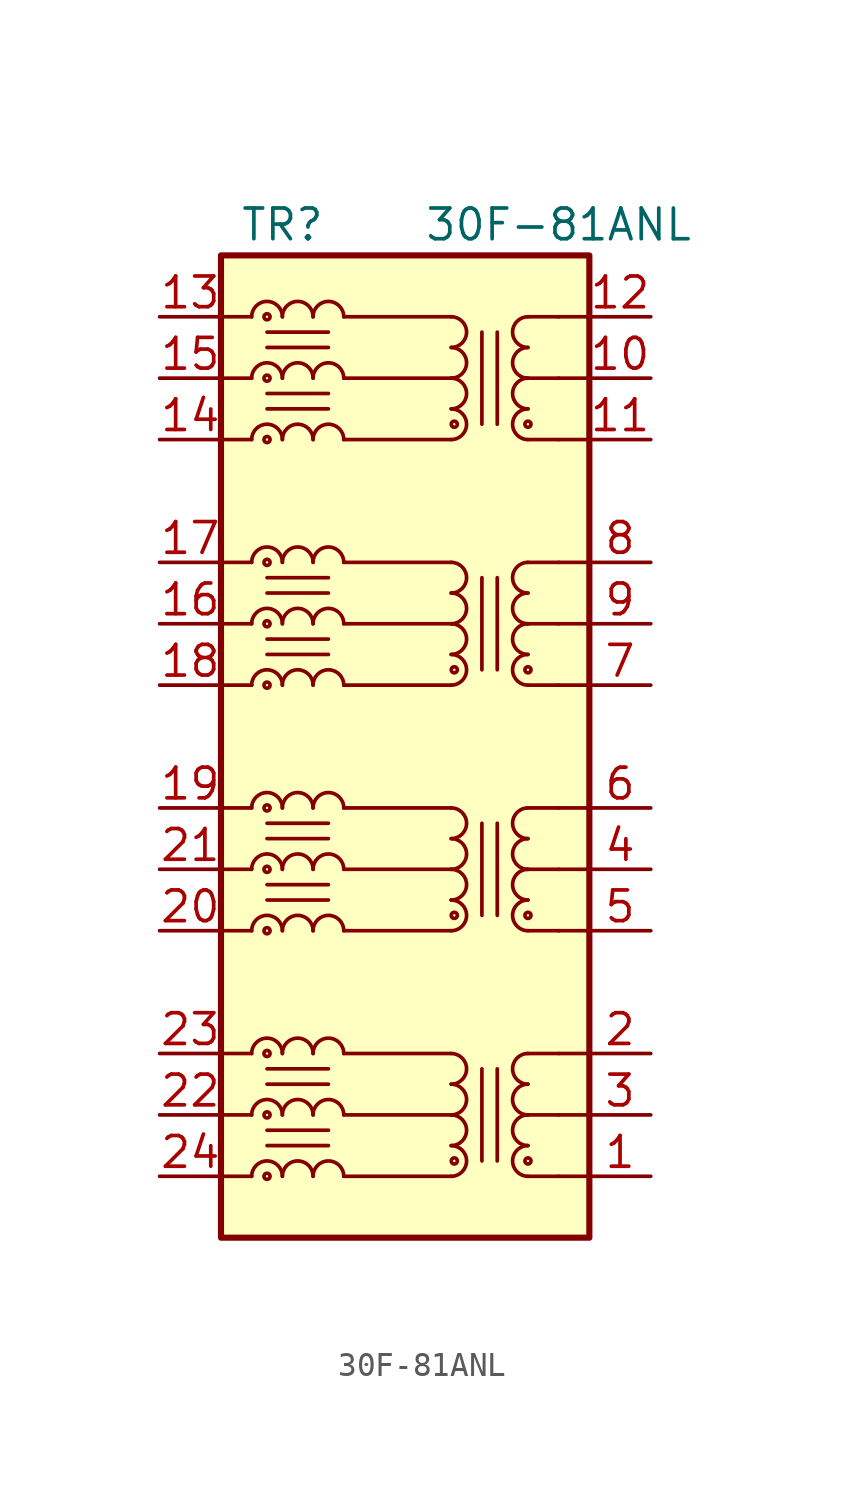
<source format=kicad_sym>
(kicad_symbol_lib
  (version 20211014)
  (generator kicad_symbol_editor)
  (symbol "30F-81ANL"
    (pin_names hide)
    (property "Reference" "TR"
      (at -5.08 21.59 0)
      (effects (font (size 1.27 1.27))))
    (property "Value" "30F-81ANL"
      (at 6.35 21.59 0)
      (effects (font (size 1.27 1.27))))
    (symbol "30F-81ANL_0_1"
      (polyline (pts (xy -2.54 -17.78) (xy 1.905 -17.78)) (stroke (width 0) (type default) (color 0 0 0 0)) (fill (type none)))
      (polyline (pts (xy -2.54 -15.24) (xy 1.905 -15.24)) (stroke (width 0) (type default) (color 0 0 0 0)) (fill (type none)))
      (polyline (pts (xy -2.54 -12.7) (xy 1.905 -12.7)) (stroke (width 0) (type default) (color 0 0 0 0)) (fill (type none)))
      (polyline (pts (xy -2.54 -7.62) (xy 1.905 -7.62)) (stroke (width 0) (type default) (color 0 0 0 0)) (fill (type none)))
      (polyline (pts (xy -2.54 -5.08) (xy 1.905 -5.08)) (stroke (width 0) (type default) (color 0 0 0 0)) (fill (type none)))
      (polyline (pts (xy -2.54 -2.54) (xy 1.905 -2.54)) (stroke (width 0) (type default) (color 0 0 0 0)) (fill (type none)))
      (polyline (pts (xy -2.54 2.54) (xy 1.905 2.54)) (stroke (width 0) (type default) (color 0 0 0 0)) (fill (type none)))
      (polyline (pts (xy -2.54 5.08) (xy 1.905 5.08)) (stroke (width 0) (type default) (color 0 0 0 0)) (fill (type none)))
      (polyline (pts (xy -2.54 7.62) (xy 1.905 7.62)) (stroke (width 0) (type default) (color 0 0 0 0)) (fill (type none)))
      (polyline (pts (xy -2.54 12.7) (xy 1.905 12.7)) (stroke (width 0) (type default) (color 0 0 0 0)) (fill (type none)))
      (polyline (pts (xy -2.54 15.24) (xy 1.905 15.24)) (stroke (width 0) (type default) (color 0 0 0 0)) (fill (type none)))
      (polyline (pts (xy -2.54 17.78) (xy 1.905 17.78)) (stroke (width 0) (type default) (color 0 0 0 0)) (fill (type none)))
      (polyline (pts (xy 7.62 -17.78) (xy 6.35 -17.78)) (stroke (width 0) (type default) (color 0 0 0 0)) (fill (type none)))
      (polyline (pts (xy 7.62 -15.24) (xy 6.35 -15.24)) (stroke (width 0) (type default) (color 0 0 0 0)) (fill (type none)))
      (polyline (pts (xy 7.62 -12.7) (xy 6.35 -12.7)) (stroke (width 0) (type default) (color 0 0 0 0)) (fill (type none)))
      (rectangle (start 7.62 20.32) (end -7.62 -20.32) (stroke (width 0.254) (type default) (color 0 0 0 0)) (fill (type background)))
      (pin passive line (at 10.16 -17.78 180) (length 2.54) (name "TX1+" (effects (font (size 1.27 1.27)))) (number "1" (effects (font (size 1.27 1.27)))))
      (pin passive line (at 10.16 15.24 180) (length 2.54) (name "TCT4" (effects (font (size 1.27 1.27)))) (number "10" (effects (font (size 1.27 1.27)))))
      (pin passive line (at 10.16 12.7 180) (length 2.54) (name "TX4+" (effects (font (size 1.27 1.27)))) (number "11" (effects (font (size 1.27 1.27)))))
      (pin passive line (at 10.16 17.78 180) (length 2.54) (name "TX4-" (effects (font (size 1.27 1.27)))) (number "12" (effects (font (size 1.27 1.27)))))
      (pin passive line (at -10.16 17.78 0) (length 2.54) (name "TD4-" (effects (font (size 1.27 1.27)))) (number "13" (effects (font (size 1.27 1.27)))))
      (pin passive line (at -10.16 12.7 0) (length 2.54) (name "TD4+" (effects (font (size 1.27 1.27)))) (number "14" (effects (font (size 1.27 1.27)))))
      (pin passive line (at -10.16 15.24 0) (length 2.54) (name "CT4" (effects (font (size 1.27 1.27)))) (number "15" (effects (font (size 1.27 1.27)))))
      (pin passive line (at -10.16 5.08 0) (length 2.54) (name "CT3" (effects (font (size 1.27 1.27)))) (number "16" (effects (font (size 1.27 1.27)))))
      (pin passive line (at -10.16 7.62 0) (length 2.54) (name "TD3-" (effects (font (size 1.27 1.27)))) (number "17" (effects (font (size 1.27 1.27)))))
      (pin passive line (at -10.16 2.54 0) (length 2.54) (name "TD3+" (effects (font (size 1.27 1.27)))) (number "18" (effects (font (size 1.27 1.27)))))
      (pin passive line (at -10.16 -2.54 0) (length 2.54) (name "TD2-" (effects (font (size 1.27 1.27)))) (number "19" (effects (font (size 1.27 1.27)))))
      (pin passive line (at 10.16 -12.7 180) (length 2.54) (name "TX1-" (effects (font (size 1.27 1.27)))) (number "2" (effects (font (size 1.27 1.27)))))
      (pin passive line (at -10.16 -7.62 0) (length 2.54) (name "TD2+" (effects (font (size 1.27 1.27)))) (number "20" (effects (font (size 1.27 1.27)))))
      (pin passive line (at -10.16 -5.08 0) (length 2.54) (name "CT2" (effects (font (size 1.27 1.27)))) (number "21" (effects (font (size 1.27 1.27)))))
      (pin passive line (at -10.16 -15.24 0) (length 2.54) (name "TC1" (effects (font (size 1.27 1.27)))) (number "22" (effects (font (size 1.27 1.27)))))
      (pin passive line (at -10.16 -12.7 0) (length 2.54) (name "TD1-" (effects (font (size 1.27 1.27)))) (number "23" (effects (font (size 1.27 1.27)))))
      (pin passive line (at -10.16 -17.78 0) (length 2.54) (name "TD1+" (effects (font (size 1.27 1.27)))) (number "24" (effects (font (size 1.27 1.27)))))
      (pin passive line (at 10.16 -15.24 180) (length 2.54) (name "TCT1" (effects (font (size 1.27 1.27)))) (number "3" (effects (font (size 1.27 1.27)))))
      (pin passive line (at 10.16 -5.08 180) (length 2.54) (name "TCT2" (effects (font (size 1.27 1.27)))) (number "4" (effects (font (size 1.27 1.27)))))
      (pin passive line (at 10.16 -7.62 180) (length 2.54) (name "TX2+" (effects (font (size 1.27 1.27)))) (number "5" (effects (font (size 1.27 1.27)))))
      (pin passive line (at 10.16 -2.54 180) (length 2.54) (name "TX2-" (effects (font (size 1.27 1.27)))) (number "6" (effects (font (size 1.27 1.27)))))
      (pin passive line (at 10.16 2.54 180) (length 2.54) (name "TX3+" (effects (font (size 1.27 1.27)))) (number "7" (effects (font (size 1.27 1.27)))))
      (pin passive line (at 10.16 7.62 180) (length 2.54) (name "TX3-" (effects (font (size 1.27 1.27)))) (number "8" (effects (font (size 1.27 1.27)))))
      (pin passive line (at 10.16 5.08 180) (length 2.54) (name "TCT3" (effects (font (size 1.27 1.27)))) (number "9" (effects (font (size 1.27 1.27))))))
    (symbol "30F-81ANL_1_1"
      (circle (center -5.715 -17.78) (radius 0.127) (stroke (width 0) (type default) (color 0 0 0 0)) (fill (type none)))
      (circle (center -5.715 -15.24) (radius 0.127) (stroke (width 0) (type default) (color 0 0 0 0)) (fill (type none)))
      (circle (center -5.715 -12.7) (radius 0.127) (stroke (width 0) (type default) (color 0 0 0 0)) (fill (type none)))
      (circle (center -5.715 -7.62) (radius 0.127) (stroke (width 0) (type default) (color 0 0 0 0)) (fill (type none)))
      (circle (center -5.715 -5.08) (radius 0.127) (stroke (width 0) (type default) (color 0 0 0 0)) (fill (type none)))
      (circle (center -5.715 -2.54) (radius 0.127) (stroke (width 0) (type default) (color 0 0 0 0)) (fill (type none)))
      (circle (center -5.715 2.54) (radius 0.127) (stroke (width 0) (type default) (color 0 0 0 0)) (fill (type none)))
      (circle (center -5.715 5.08) (radius 0.127) (stroke (width 0) (type default) (color 0 0 0 0)) (fill (type none)))
      (circle (center -5.715 7.62) (radius 0.127) (stroke (width 0) (type default) (color 0 0 0 0)) (fill (type none)))
      (circle (center -5.715 12.7) (radius 0.127) (stroke (width 0) (type default) (color 0 0 0 0)) (fill (type none)))
      (circle (center -5.715 15.24) (radius 0.127) (stroke (width 0) (type default) (color 0 0 0 0)) (fill (type none)))
      (circle (center -5.715 17.78) (radius 0.127) (stroke (width 0) (type default) (color 0 0 0 0)) (fill (type none)))
      (arc (start -5.08 -17.78) (mid -5.715 -17.145) (end -6.35 -17.78) (stroke (width 0) (type default) (color 0 0 0 0)) (fill (type none)))
      (arc (start -5.08 -15.24) (mid -5.715 -14.605) (end -6.35 -15.24) (stroke (width 0) (type default) (color 0 0 0 0)) (fill (type none)))
      (arc (start -5.08 -12.7) (mid -5.715 -12.065) (end -6.35 -12.7) (stroke (width 0) (type default) (color 0 0 0 0)) (fill (type none)))
      (arc (start -5.08 -7.62) (mid -5.715 -6.985) (end -6.35 -7.62) (stroke (width 0) (type default) (color 0 0 0 0)) (fill (type none)))
      (arc (start -5.08 -5.08) (mid -5.715 -4.445) (end -6.35 -5.08) (stroke (width 0) (type default) (color 0 0 0 0)) (fill (type none)))
      (arc (start -5.08 -2.54) (mid -5.715 -1.905) (end -6.35 -2.54) (stroke (width 0) (type default) (color 0 0 0 0)) (fill (type none)))
      (arc (start -5.08 2.54) (mid -5.715 3.175) (end -6.35 2.54) (stroke (width 0) (type default) (color 0 0 0 0)) (fill (type none)))
      (arc (start -5.08 5.08) (mid -5.715 5.715) (end -6.35 5.08) (stroke (width 0) (type default) (color 0 0 0 0)) (fill (type none)))
      (arc (start -5.08 7.62) (mid -5.715 8.255) (end -6.35 7.62) (stroke (width 0) (type default) (color 0 0 0 0)) (fill (type none)))
      (arc (start -5.08 12.7) (mid -5.715 13.335) (end -6.35 12.7) (stroke (width 0) (type default) (color 0 0 0 0)) (fill (type none)))
      (arc (start -5.08 15.24) (mid -5.715 15.875) (end -6.35 15.24) (stroke (width 0) (type default) (color 0 0 0 0)) (fill (type none)))
      (arc (start -5.08 17.78) (mid -5.715 18.415) (end -6.35 17.78) (stroke (width 0) (type default) (color 0 0 0 0)) (fill (type none)))
      (arc (start -3.81 -17.78) (mid -4.445 -17.145) (end -5.08 -17.78) (stroke (width 0) (type default) (color 0 0 0 0)) (fill (type none)))
      (arc (start -3.81 -15.24) (mid -4.445 -14.605) (end -5.08 -15.24) (stroke (width 0) (type default) (color 0 0 0 0)) (fill (type none)))
      (arc (start -3.81 -12.7) (mid -4.445 -12.065) (end -5.08 -12.7) (stroke (width 0) (type default) (color 0 0 0 0)) (fill (type none)))
      (arc (start -3.81 -7.62) (mid -4.445 -6.985) (end -5.08 -7.62) (stroke (width 0) (type default) (color 0 0 0 0)) (fill (type none)))
      (arc (start -3.81 -5.08) (mid -4.445 -4.445) (end -5.08 -5.08) (stroke (width 0) (type default) (color 0 0 0 0)) (fill (type none)))
      (arc (start -3.81 -2.54) (mid -4.445 -1.905) (end -5.08 -2.54) (stroke (width 0) (type default) (color 0 0 0 0)) (fill (type none)))
      (arc (start -3.81 2.54) (mid -4.445 3.175) (end -5.08 2.54) (stroke (width 0) (type default) (color 0 0 0 0)) (fill (type none)))
      (arc (start -3.81 5.08) (mid -4.445 5.715) (end -5.08 5.08) (stroke (width 0) (type default) (color 0 0 0 0)) (fill (type none)))
      (arc (start -3.81 7.62) (mid -4.445 8.255) (end -5.08 7.62) (stroke (width 0) (type default) (color 0 0 0 0)) (fill (type none)))
      (arc (start -3.81 12.7) (mid -4.445 13.335) (end -5.08 12.7) (stroke (width 0) (type default) (color 0 0 0 0)) (fill (type none)))
      (arc (start -3.81 15.24) (mid -4.445 15.875) (end -5.08 15.24) (stroke (width 0) (type default) (color 0 0 0 0)) (fill (type none)))
      (arc (start -3.81 17.78) (mid -4.445 18.415) (end -5.08 17.78) (stroke (width 0) (type default) (color 0 0 0 0)) (fill (type none)))
      (arc (start -2.54 -17.78) (mid -3.175 -17.145) (end -3.81 -17.78) (stroke (width 0) (type default) (color 0 0 0 0)) (fill (type none)))
      (arc (start -2.54 -15.24) (mid -3.175 -14.605) (end -3.81 -15.24) (stroke (width 0) (type default) (color 0 0 0 0)) (fill (type none)))
      (arc (start -2.54 -12.7) (mid -3.175 -12.065) (end -3.81 -12.7) (stroke (width 0) (type default) (color 0 0 0 0)) (fill (type none)))
      (arc (start -2.54 -7.62) (mid -3.175 -6.985) (end -3.81 -7.62) (stroke (width 0) (type default) (color 0 0 0 0)) (fill (type none)))
      (arc (start -2.54 -5.08) (mid -3.175 -4.445) (end -3.81 -5.08) (stroke (width 0) (type default) (color 0 0 0 0)) (fill (type none)))
      (arc (start -2.54 -2.54) (mid -3.175 -1.905) (end -3.81 -2.54) (stroke (width 0) (type default) (color 0 0 0 0)) (fill (type none)))
      (arc (start -2.54 2.54) (mid -3.175 3.175) (end -3.81 2.54) (stroke (width 0) (type default) (color 0 0 0 0)) (fill (type none)))
      (arc (start -2.54 5.08) (mid -3.175 5.715) (end -3.81 5.08) (stroke (width 0) (type default) (color 0 0 0 0)) (fill (type none)))
      (arc (start -2.54 7.62) (mid -3.175 8.255) (end -3.81 7.62) (stroke (width 0) (type default) (color 0 0 0 0)) (fill (type none)))
      (arc (start -2.54 12.7) (mid -3.175 13.335) (end -3.81 12.7) (stroke (width 0) (type default) (color 0 0 0 0)) (fill (type none)))
      (arc (start -2.54 15.24) (mid -3.175 15.875) (end -3.81 15.24) (stroke (width 0) (type default) (color 0 0 0 0)) (fill (type none)))
      (arc (start -2.54 17.78) (mid -3.175 18.415) (end -3.81 17.78) (stroke (width 0) (type default) (color 0 0 0 0)) (fill (type none)))
      (polyline (pts (xy -7.62 -17.78) (xy -6.35 -17.78)) (stroke (width 0) (type default) (color 0 0 0 0)) (fill (type none)))
      (polyline (pts (xy -7.62 -15.24) (xy -6.35 -15.24)) (stroke (width 0) (type default) (color 0 0 0 0)) (fill (type none)))
      (polyline (pts (xy -7.62 -12.7) (xy -6.35 -12.7)) (stroke (width 0) (type default) (color 0 0 0 0)) (fill (type none)))
      (polyline (pts (xy -7.62 -7.62) (xy -6.35 -7.62)) (stroke (width 0) (type default) (color 0 0 0 0)) (fill (type none)))
      (polyline (pts (xy -7.62 -5.08) (xy -6.35 -5.08)) (stroke (width 0) (type default) (color 0 0 0 0)) (fill (type none)))
      (polyline (pts (xy -7.62 -2.54) (xy -6.35 -2.54)) (stroke (width 0) (type default) (color 0 0 0 0)) (fill (type none)))
      (polyline (pts (xy -7.62 2.54) (xy -6.35 2.54)) (stroke (width 0) (type default) (color 0 0 0 0)) (fill (type none)))
      (polyline (pts (xy -7.62 5.08) (xy -6.35 5.08)) (stroke (width 0) (type default) (color 0 0 0 0)) (fill (type none)))
      (polyline (pts (xy -7.62 7.62) (xy -6.35 7.62)) (stroke (width 0) (type default) (color 0 0 0 0)) (fill (type none)))
      (polyline (pts (xy -7.62 12.7) (xy -6.35 12.7)) (stroke (width 0) (type default) (color 0 0 0 0)) (fill (type none)))
      (polyline (pts (xy -7.62 15.24) (xy -6.35 15.24)) (stroke (width 0) (type default) (color 0 0 0 0)) (fill (type none)))
      (polyline (pts (xy -7.62 17.78) (xy -6.35 17.78)) (stroke (width 0) (type default) (color 0 0 0 0)) (fill (type none)))
      (polyline (pts (xy -5.715 -16.51) (xy -3.175 -16.51)) (stroke (width 0) (type default) (color 0 0 0 0)) (fill (type none)))
      (polyline (pts (xy -5.715 -15.875) (xy -3.175 -15.875)) (stroke (width 0) (type default) (color 0 0 0 0)) (fill (type none)))
      (polyline (pts (xy -5.715 -13.97) (xy -3.175 -13.97)) (stroke (width 0) (type default) (color 0 0 0 0)) (fill (type none)))
      (polyline (pts (xy -5.715 -13.335) (xy -3.175 -13.335)) (stroke (width 0) (type default) (color 0 0 0 0)) (fill (type none)))
      (polyline (pts (xy -5.715 -6.35) (xy -3.175 -6.35)) (stroke (width 0) (type default) (color 0 0 0 0)) (fill (type none)))
      (polyline (pts (xy -5.715 -5.715) (xy -3.175 -5.715)) (stroke (width 0) (type default) (color 0 0 0 0)) (fill (type none)))
      (polyline (pts (xy -5.715 -3.81) (xy -3.175 -3.81)) (stroke (width 0) (type default) (color 0 0 0 0)) (fill (type none)))
      (polyline (pts (xy -5.715 -3.175) (xy -3.175 -3.175)) (stroke (width 0) (type default) (color 0 0 0 0)) (fill (type none)))
      (polyline (pts (xy -5.715 3.81) (xy -3.175 3.81)) (stroke (width 0) (type default) (color 0 0 0 0)) (fill (type none)))
      (polyline (pts (xy -5.715 4.445) (xy -3.175 4.445)) (stroke (width 0) (type default) (color 0 0 0 0)) (fill (type none)))
      (polyline (pts (xy -5.715 6.35) (xy -3.175 6.35)) (stroke (width 0) (type default) (color 0 0 0 0)) (fill (type none)))
      (polyline (pts (xy -5.715 6.985) (xy -3.175 6.985)) (stroke (width 0) (type default) (color 0 0 0 0)) (fill (type none)))
      (polyline (pts (xy -5.715 13.97) (xy -3.175 13.97)) (stroke (width 0) (type default) (color 0 0 0 0)) (fill (type none)))
      (polyline (pts (xy -5.715 14.605) (xy -3.175 14.605)) (stroke (width 0) (type default) (color 0 0 0 0)) (fill (type none)))
      (polyline (pts (xy -5.715 16.51) (xy -3.175 16.51)) (stroke (width 0) (type default) (color 0 0 0 0)) (fill (type none)))
      (polyline (pts (xy -5.715 17.145) (xy -3.175 17.145)) (stroke (width 0) (type default) (color 0 0 0 0)) (fill (type none)))
      (polyline (pts (xy 3.175 -13.335) (xy 3.175 -17.145)) (stroke (width 0) (type default) (color 0 0 0 0)) (fill (type none)))
      (polyline (pts (xy 3.175 -3.175) (xy 3.175 -6.985)) (stroke (width 0) (type default) (color 0 0 0 0)) (fill (type none)))
      (polyline (pts (xy 3.175 6.985) (xy 3.175 3.175)) (stroke (width 0) (type default) (color 0 0 0 0)) (fill (type none)))
      (polyline (pts (xy 3.175 17.145) (xy 3.175 13.335)) (stroke (width 0) (type default) (color 0 0 0 0)) (fill (type none)))
      (polyline (pts (xy 3.81 -13.335) (xy 3.81 -17.145)) (stroke (width 0) (type default) (color 0 0 0 0)) (fill (type none)))
      (polyline (pts (xy 3.81 -3.175) (xy 3.81 -6.985)) (stroke (width 0) (type default) (color 0 0 0 0)) (fill (type none)))
      (polyline (pts (xy 3.81 6.985) (xy 3.81 3.175)) (stroke (width 0) (type default) (color 0 0 0 0)) (fill (type none)))
      (polyline (pts (xy 3.81 17.145) (xy 3.81 13.335)) (stroke (width 0) (type default) (color 0 0 0 0)) (fill (type none)))
      (polyline (pts (xy 6.35 -17.78) (xy 5.08 -17.78)) (stroke (width 0) (type default) (color 0 0 0 0)) (fill (type none)))
      (polyline (pts (xy 6.35 -15.24) (xy 5.08 -15.24)) (stroke (width 0) (type default) (color 0 0 0 0)) (fill (type none)))
      (polyline (pts (xy 6.35 -12.7) (xy 5.08 -12.7)) (stroke (width 0) (type default) (color 0 0 0 0)) (fill (type none)))
      (polyline (pts (xy 6.35 -7.62) (xy 5.08 -7.62)) (stroke (width 0) (type default) (color 0 0 0 0)) (fill (type none)))
      (polyline (pts (xy 6.35 -5.08) (xy 5.08 -5.08)) (stroke (width 0) (type default) (color 0 0 0 0)) (fill (type none)))
      (polyline (pts (xy 6.35 -2.54) (xy 5.08 -2.54)) (stroke (width 0) (type default) (color 0 0 0 0)) (fill (type none)))
      (polyline (pts (xy 6.35 2.54) (xy 5.08 2.54)) (stroke (width 0) (type default) (color 0 0 0 0)) (fill (type none)))
      (polyline (pts (xy 6.35 5.08) (xy 5.08 5.08)) (stroke (width 0) (type default) (color 0 0 0 0)) (fill (type none)))
      (polyline (pts (xy 6.35 7.62) (xy 5.08 7.62)) (stroke (width 0) (type default) (color 0 0 0 0)) (fill (type none)))
      (polyline (pts (xy 6.35 12.7) (xy 5.08 12.7)) (stroke (width 0) (type default) (color 0 0 0 0)) (fill (type none)))
      (polyline (pts (xy 6.35 15.24) (xy 5.08 15.24)) (stroke (width 0) (type default) (color 0 0 0 0)) (fill (type none)))
      (polyline (pts (xy 6.35 17.78) (xy 5.08 17.78)) (stroke (width 0) (type default) (color 0 0 0 0)) (fill (type none)))
      (polyline (pts (xy 7.62 -7.62) (xy 6.35 -7.62)) (stroke (width 0) (type default) (color 0 0 0 0)) (fill (type none)))
      (polyline (pts (xy 7.62 -5.08) (xy 6.35 -5.08)) (stroke (width 0) (type default) (color 0 0 0 0)) (fill (type none)))
      (polyline (pts (xy 7.62 -2.54) (xy 6.35 -2.54)) (stroke (width 0) (type default) (color 0 0 0 0)) (fill (type none)))
      (polyline (pts (xy 7.62 2.54) (xy 6.35 2.54)) (stroke (width 0) (type default) (color 0 0 0 0)) (fill (type none)))
      (polyline (pts (xy 7.62 5.08) (xy 6.35 5.08)) (stroke (width 0) (type default) (color 0 0 0 0)) (fill (type none)))
      (polyline (pts (xy 7.62 7.62) (xy 6.35 7.62)) (stroke (width 0) (type default) (color 0 0 0 0)) (fill (type none)))
      (polyline (pts (xy 7.62 12.7) (xy 6.35 12.7)) (stroke (width 0) (type default) (color 0 0 0 0)) (fill (type none)))
      (polyline (pts (xy 7.62 15.24) (xy 6.35 15.24)) (stroke (width 0) (type default) (color 0 0 0 0)) (fill (type none)))
      (polyline (pts (xy 7.62 17.78) (xy 6.35 17.78)) (stroke (width 0) (type default) (color 0 0 0 0)) (fill (type none)))
      (arc (start 1.905 -17.78) (mid 2.54 -17.145) (end 1.905 -16.51) (stroke (width 0) (type default) (color 0 0 0 0)) (fill (type none)))
      (arc (start 1.905 -16.51) (mid 2.54 -15.875) (end 1.905 -15.24) (stroke (width 0) (type default) (color 0 0 0 0)) (fill (type none)))
      (arc (start 1.905 -15.24) (mid 2.54 -14.605) (end 1.905 -13.97) (stroke (width 0) (type default) (color 0 0 0 0)) (fill (type none)))
      (arc (start 1.905 -13.97) (mid 2.54 -13.335) (end 1.905 -12.7) (stroke (width 0) (type default) (color 0 0 0 0)) (fill (type none)))
      (arc (start 1.905 -7.62) (mid 2.54 -6.985) (end 1.905 -6.35) (stroke (width 0) (type default) (color 0 0 0 0)) (fill (type none)))
      (arc (start 1.905 -6.35) (mid 2.54 -5.715) (end 1.905 -5.08) (stroke (width 0) (type default) (color 0 0 0 0)) (fill (type none)))
      (arc (start 1.905 -5.08) (mid 2.54 -4.445) (end 1.905 -3.81) (stroke (width 0) (type default) (color 0 0 0 0)) (fill (type none)))
      (arc (start 1.905 -3.81) (mid 2.54 -3.175) (end 1.905 -2.54) (stroke (width 0) (type default) (color 0 0 0 0)) (fill (type none)))
      (arc (start 1.905 2.54) (mid 2.54 3.175) (end 1.905 3.81) (stroke (width 0) (type default) (color 0 0 0 0)) (fill (type none)))
      (arc (start 1.905 3.81) (mid 2.54 4.445) (end 1.905 5.08) (stroke (width 0) (type default) (color 0 0 0 0)) (fill (type none)))
      (arc (start 1.905 5.08) (mid 2.54 5.715) (end 1.905 6.35) (stroke (width 0) (type default) (color 0 0 0 0)) (fill (type none)))
      (arc (start 1.905 6.35) (mid 2.54 6.985) (end 1.905 7.62) (stroke (width 0) (type default) (color 0 0 0 0)) (fill (type none)))
      (arc (start 1.905 12.7) (mid 2.54 13.335) (end 1.905 13.97) (stroke (width 0) (type default) (color 0 0 0 0)) (fill (type none)))
      (arc (start 1.905 13.97) (mid 2.54 14.605) (end 1.905 15.24) (stroke (width 0) (type default) (color 0 0 0 0)) (fill (type none)))
      (arc (start 1.905 15.24) (mid 2.54 15.875) (end 1.905 16.51) (stroke (width 0) (type default) (color 0 0 0 0)) (fill (type none)))
      (arc (start 1.905 16.51) (mid 2.54 17.145) (end 1.905 17.78) (stroke (width 0) (type default) (color 0 0 0 0)) (fill (type none)))
      (circle (center 2.032 -17.145) (radius 0.127) (stroke (width 0) (type default) (color 0 0 0 0)) (fill (type none)))
      (circle (center 2.032 -6.985) (radius 0.127) (stroke (width 0) (type default) (color 0 0 0 0)) (fill (type none)))
      (circle (center 2.032 3.175) (radius 0.127) (stroke (width 0) (type default) (color 0 0 0 0)) (fill (type none)))
      (circle (center 2.032 13.335) (radius 0.127) (stroke (width 0) (type default) (color 0 0 0 0)) (fill (type none)))
      (circle (center 5.08 -17.145) (radius 0.127) (stroke (width 0) (type default) (color 0 0 0 0)) (fill (type none)))
      (arc (start 5.08 -16.51) (mid 4.445 -17.145) (end 5.08 -17.78) (stroke (width 0) (type default) (color 0 0 0 0)) (fill (type none)))
      (arc (start 5.08 -15.24) (mid 4.445 -15.875) (end 5.08 -16.51) (stroke (width 0) (type default) (color 0 0 0 0)) (fill (type none)))
      (arc (start 5.08 -13.97) (mid 4.445 -14.605) (end 5.08 -15.24) (stroke (width 0) (type default) (color 0 0 0 0)) (fill (type none)))
      (arc (start 5.08 -12.7) (mid 4.445 -13.335) (end 5.08 -13.97) (stroke (width 0) (type default) (color 0 0 0 0)) (fill (type none)))
      (circle (center 5.08 -6.985) (radius 0.127) (stroke (width 0) (type default) (color 0 0 0 0)) (fill (type none)))
      (arc (start 5.08 -6.35) (mid 4.445 -6.985) (end 5.08 -7.62) (stroke (width 0) (type default) (color 0 0 0 0)) (fill (type none)))
      (arc (start 5.08 -5.08) (mid 4.445 -5.715) (end 5.08 -6.35) (stroke (width 0) (type default) (color 0 0 0 0)) (fill (type none)))
      (arc (start 5.08 -3.81) (mid 4.445 -4.445) (end 5.08 -5.08) (stroke (width 0) (type default) (color 0 0 0 0)) (fill (type none)))
      (arc (start 5.08 -2.54) (mid 4.445 -3.175) (end 5.08 -3.81) (stroke (width 0) (type default) (color 0 0 0 0)) (fill (type none)))
      (circle (center 5.08 3.175) (radius 0.127) (stroke (width 0) (type default) (color 0 0 0 0)) (fill (type none)))
      (arc (start 5.08 3.81) (mid 4.445 3.175) (end 5.08 2.54) (stroke (width 0) (type default) (color 0 0 0 0)) (fill (type none)))
      (arc (start 5.08 5.08) (mid 4.445 4.445) (end 5.08 3.81) (stroke (width 0) (type default) (color 0 0 0 0)) (fill (type none)))
      (arc (start 5.08 6.35) (mid 4.445 5.715) (end 5.08 5.08) (stroke (width 0) (type default) (color 0 0 0 0)) (fill (type none)))
      (arc (start 5.08 7.62) (mid 4.445 6.985) (end 5.08 6.35) (stroke (width 0) (type default) (color 0 0 0 0)) (fill (type none)))
      (circle (center 5.08 13.335) (radius 0.127) (stroke (width 0) (type default) (color 0 0 0 0)) (fill (type none)))
      (arc (start 5.08 13.97) (mid 4.445 13.335) (end 5.08 12.7) (stroke (width 0) (type default) (color 0 0 0 0)) (fill (type none)))
      (arc (start 5.08 15.24) (mid 4.445 14.605) (end 5.08 13.97) (stroke (width 0) (type default) (color 0 0 0 0)) (fill (type none)))
      (arc (start 5.08 16.51) (mid 4.445 15.875) (end 5.08 15.24) (stroke (width 0) (type default) (color 0 0 0 0)) (fill (type none)))
      (arc (start 5.08 17.78) (mid 4.445 17.145) (end 5.08 16.51) (stroke (width 0) (type default) (color 0 0 0 0)) (fill (type none))))))
</source>
